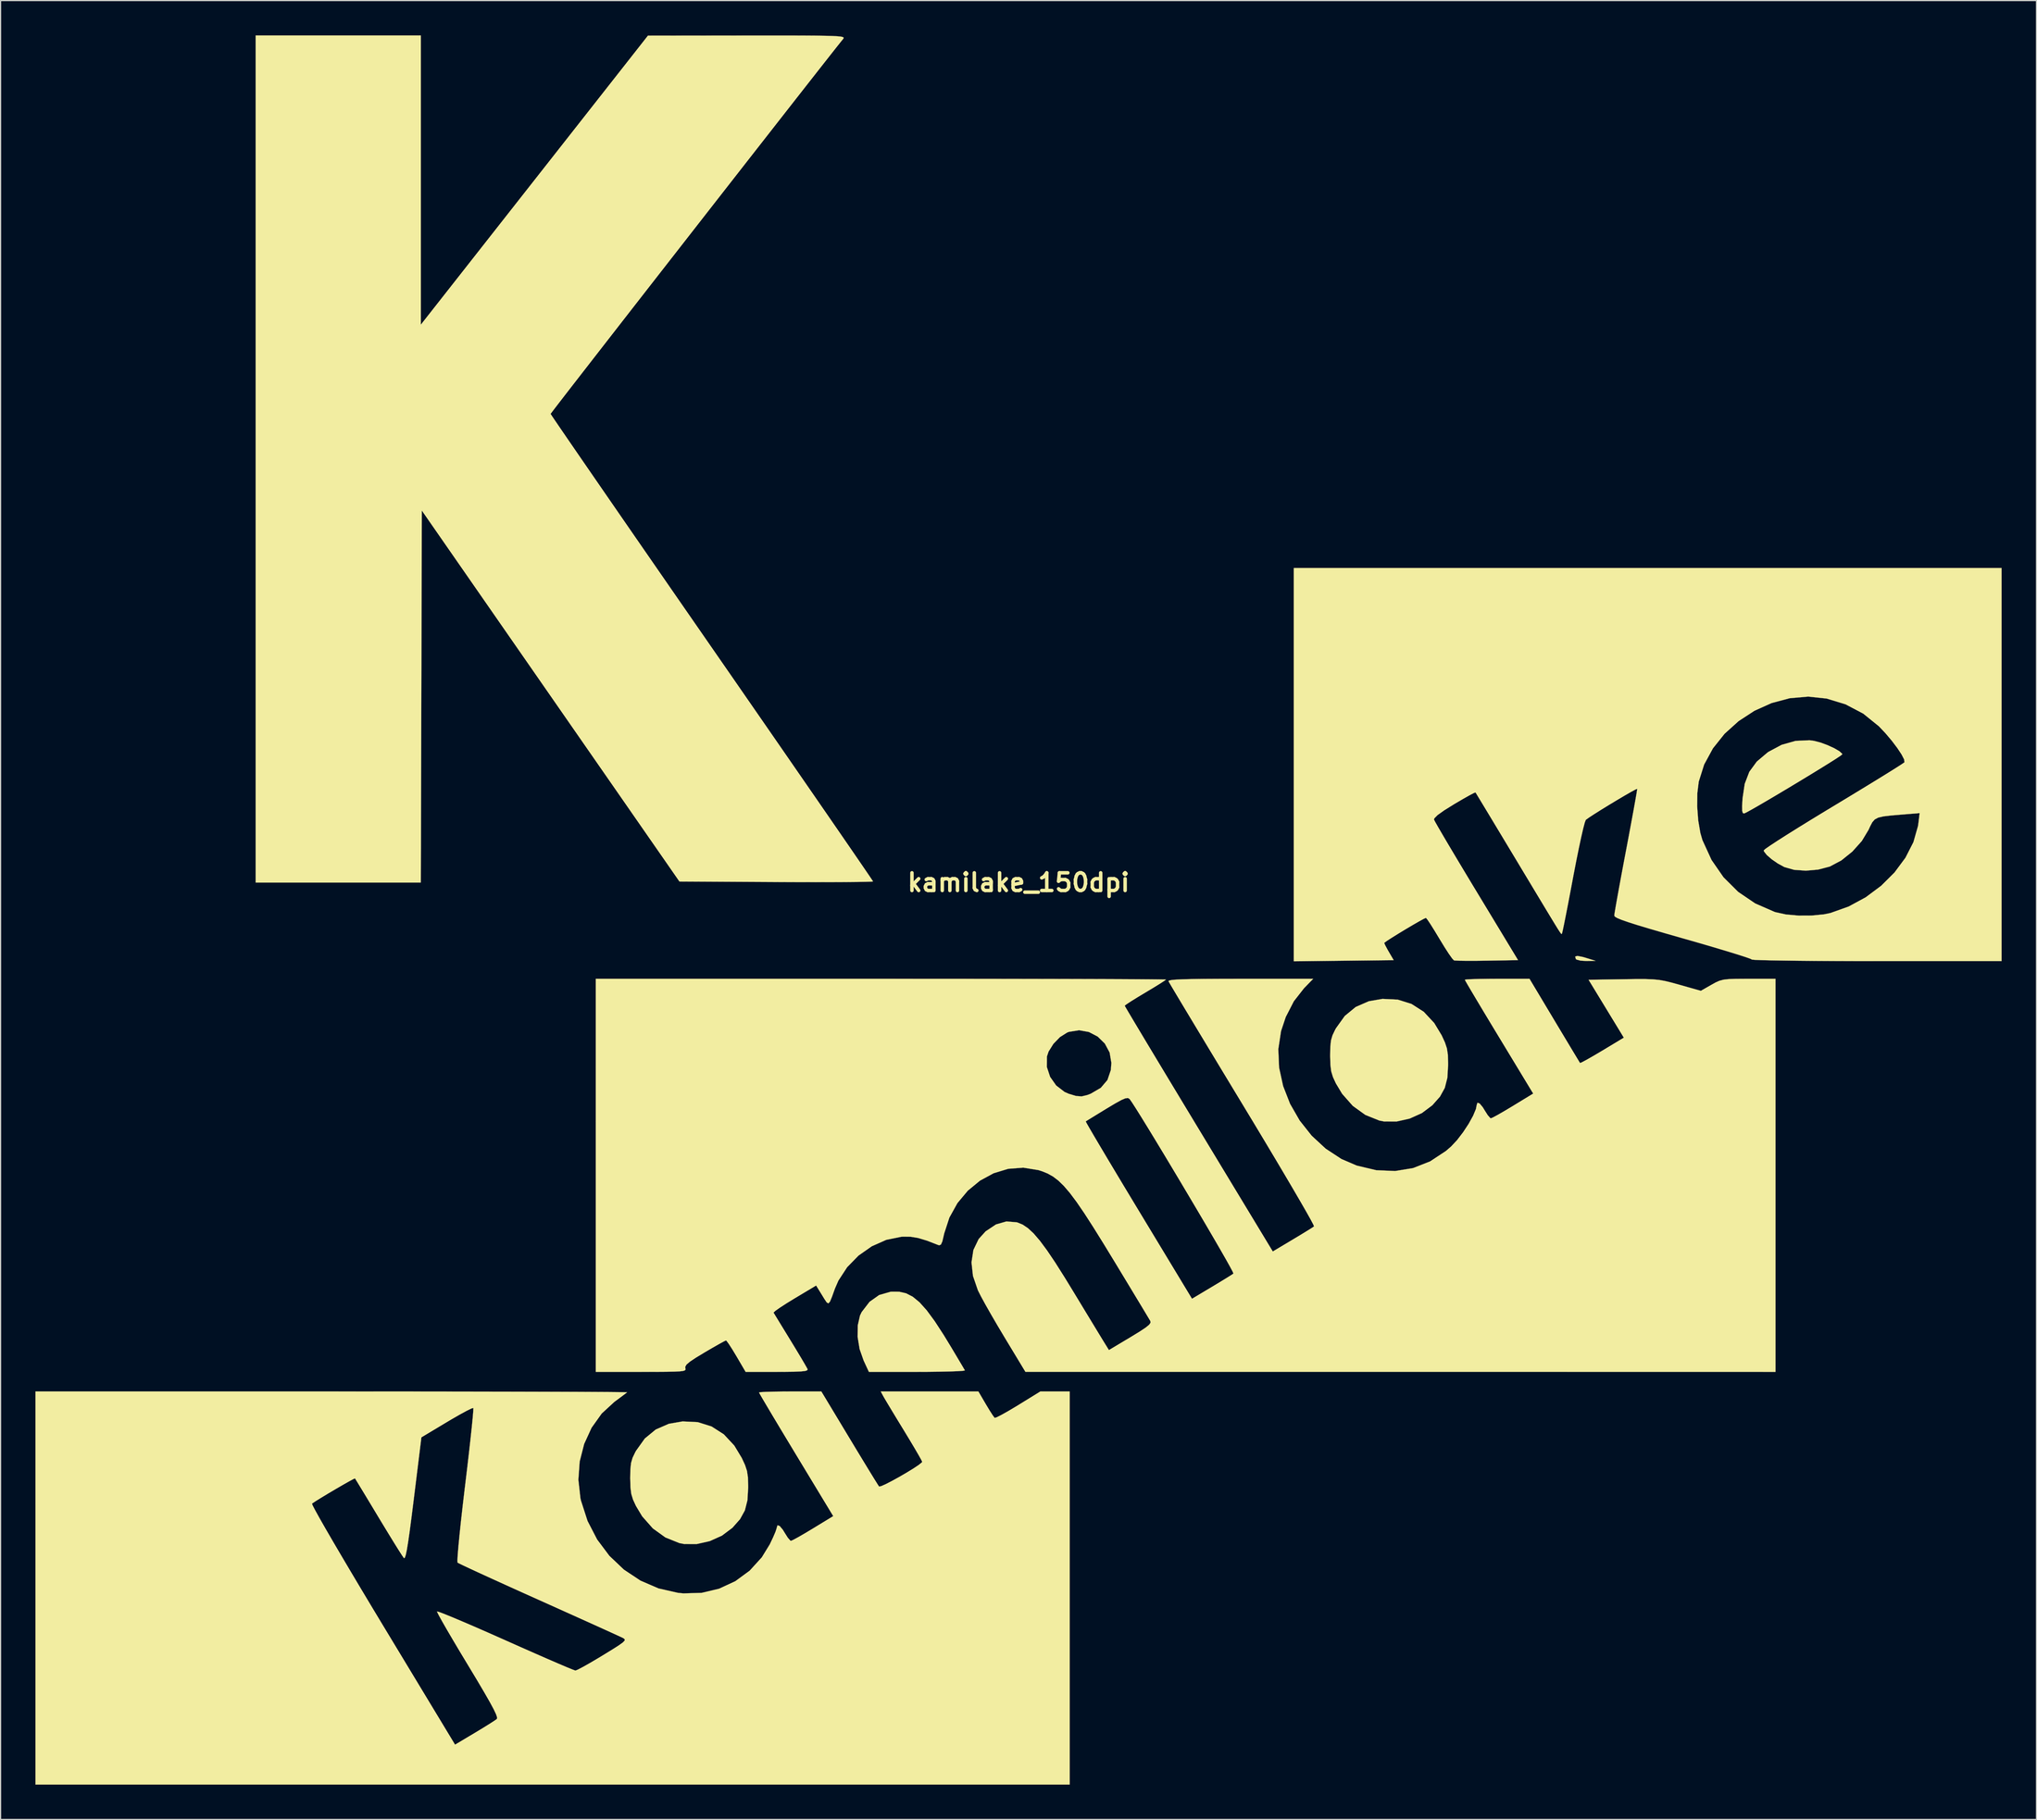
<source format=kicad_pcb>
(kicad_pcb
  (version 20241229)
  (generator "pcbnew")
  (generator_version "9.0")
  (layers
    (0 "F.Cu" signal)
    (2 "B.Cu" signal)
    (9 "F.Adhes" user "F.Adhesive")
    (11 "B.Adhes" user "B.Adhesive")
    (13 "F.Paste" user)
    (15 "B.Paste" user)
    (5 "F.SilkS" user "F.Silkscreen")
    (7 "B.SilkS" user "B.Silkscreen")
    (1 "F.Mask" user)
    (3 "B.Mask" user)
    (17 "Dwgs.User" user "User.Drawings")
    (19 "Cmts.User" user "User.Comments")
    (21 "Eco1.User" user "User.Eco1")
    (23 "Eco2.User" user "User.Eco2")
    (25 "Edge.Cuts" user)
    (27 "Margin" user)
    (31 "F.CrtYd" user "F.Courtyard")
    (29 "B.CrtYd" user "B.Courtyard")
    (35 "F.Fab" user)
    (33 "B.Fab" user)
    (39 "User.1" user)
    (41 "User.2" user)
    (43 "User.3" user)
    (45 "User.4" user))
  (footprint "kamilake_150dpi"
    (layer "F.Cu")
    (at 84.672 72.988)
    (property "Reference" "kamilake_150dpi" (at 0 0 0) (layer "F.SilkS") (effects (font (size 1.524 1.524) (thickness 0.3))))
    (attr through_hole)
    (fp_poly (pts (xy 48.603 6.417) (xy 48.877 6.497) (xy 49.699 6.75) (xy 48.905 6.762) (xy 48.411 6.733) (xy 48.071 6.647) (xy 47.999 6.593) (xy 47.941 6.383) (xy 48.135 6.325) (xy 48.603 6.417)) (stroke (width 0.01) (type solid)) (fill yes) (layer "F.SilkS"))
    (fp_poly (pts (xy -10.287 35.259) (xy -9.69 35.395) (xy -9.114 35.69) (xy -8.529 36.171) (xy -7.908 36.864) (xy -7.223 37.794) (xy -6.446 38.988) (xy -5.813 40.027) (xy -5.386 40.743) (xy -5.023 41.354) (xy -4.758 41.801) (xy -4.626 42.026) (xy -4.62 42.037) (xy -4.763 42.072) (xy -5.199 42.103) (xy -5.885 42.129) (xy -6.775 42.149) (xy -7.825 42.161) (xy -8.72 42.164) (xy -12.888 42.164) (xy -13.34 41.19) (xy -13.687 40.2) (xy -13.857 39.162) (xy -13.848 38.17) (xy -13.656 37.321) (xy -13.511 37.015) (xy -12.829 36.129) (xy -12.004 35.545) (xy -11.043 35.269) (xy -10.931 35.257) (xy -10.287 35.259)) (stroke (width 0.01) (type solid)) (fill yes) (layer "F.SilkS"))
    (fp_poly (pts (xy 68.518 -12.202) (xy 69.079 -12.056) (xy 69.685 -11.831) (xy 70.252 -11.57) (xy 70.695 -11.312) (xy 70.929 -11.098) (xy 70.945 -11.042) (xy 70.805 -10.929) (xy 70.418 -10.672) (xy 69.826 -10.297) (xy 69.076 -9.831) (xy 68.212 -9.301) (xy 67.277 -8.733) (xy 66.316 -8.154) (xy 65.373 -7.591) (xy 64.494 -7.071) (xy 63.721 -6.62) (xy 63.101 -6.265) (xy 62.676 -6.033) (xy 62.501 -5.952) (xy 62.384 -5.979) (xy 62.326 -6.173) (xy 62.321 -6.593) (xy 62.356 -7.238) (xy 62.544 -8.502) (xy 62.941 -9.54) (xy 63.583 -10.418) (xy 64.507 -11.199) (xy 64.592 -11.259) (xy 65.724 -11.863) (xy 66.927 -12.202) (xy 68.116 -12.256) (xy 68.518 -12.202)) (stroke (width 0.01) (type solid)) (fill yes) (layer "F.SilkS"))
    (fp_poly (pts (xy -27.627 46.497) (xy -26.437 46.872) (xy -25.382 47.548) (xy -24.482 48.515) (xy -23.839 49.58) (xy -23.556 50.192) (xy -23.389 50.697) (xy -23.309 51.231) (xy -23.286 51.931) (xy -23.285 52.151) (xy -23.351 53.237) (xy -23.571 54.104) (xy -23.986 54.855) (xy -24.635 55.59) (xy -24.65 55.604) (xy -25.545 56.275) (xy -26.601 56.75) (xy -27.719 57) (xy -28.803 56.997) (xy -29.21 56.918) (xy -30.414 56.432) (xy -31.495 55.653) (xy -32.411 54.615) (xy -32.948 53.721) (xy -33.202 53.172) (xy -33.351 52.683) (xy -33.422 52.126) (xy -33.441 51.371) (xy -33.442 51.308) (xy -33.429 50.554) (xy -33.371 50.017) (xy -33.243 49.574) (xy -33.018 49.103) (xy -32.943 48.966) (xy -32.186 47.907) (xy -31.244 47.132) (xy -30.114 46.639) (xy -28.936 46.435) (xy -27.627 46.497)) (stroke (width 0.01) (type solid)) (fill yes) (layer "F.SilkS"))
    (fp_poly (pts (xy 32.655 10.091) (xy 33.846 10.465) (xy 34.9 11.141) (xy 35.801 12.108) (xy 36.444 13.173) (xy 36.726 13.786) (xy 36.893 14.29) (xy 36.974 14.824) (xy 36.997 15.524) (xy 36.997 15.744) (xy 36.932 16.83) (xy 36.711 17.698) (xy 36.297 18.448) (xy 35.647 19.183) (xy 35.633 19.197) (xy 34.738 19.868) (xy 33.682 20.343) (xy 32.564 20.593) (xy 31.48 20.59) (xy 31.073 20.511) (xy 29.868 20.025) (xy 28.788 19.246) (xy 27.872 18.208) (xy 27.334 17.314) (xy 27.081 16.765) (xy 26.932 16.277) (xy 26.861 15.72) (xy 26.841 14.964) (xy 26.841 14.901) (xy 26.854 14.148) (xy 26.911 13.61) (xy 27.04 13.167) (xy 27.264 12.696) (xy 27.34 12.559) (xy 28.097 11.501) (xy 29.039 10.725) (xy 30.169 10.232) (xy 31.346 10.029) (xy 32.655 10.091)) (stroke (width 0.01) (type solid)) (fill yes) (layer "F.SilkS"))
    (fp_poly (pts (xy -51.477 -48.062) (xy -31.919 -72.965) (xy -23.384 -72.974) (xy -21.466 -72.975) (xy -19.859 -72.975) (xy -18.539 -72.972) (xy -17.477 -72.965) (xy -16.648 -72.953) (xy -16.024 -72.936) (xy -15.581 -72.912) (xy -15.29 -72.881) (xy -15.126 -72.841) (xy -15.061 -72.792) (xy -15.07 -72.733) (xy -15.104 -72.686) (xy -15.282 -72.467) (xy -15.648 -72.007) (xy -16.185 -71.327) (xy -16.878 -70.445) (xy -17.712 -69.382) (xy -18.671 -68.158) (xy -19.739 -66.793) (xy -20.902 -65.306) (xy -22.143 -63.718) (xy -23.448 -62.048) (xy -24.8 -60.316) (xy -26.185 -58.542) (xy -27.586 -56.745) (xy -28.988 -54.947) (xy -30.376 -53.166) (xy -31.735 -51.423) (xy -33.048 -49.737) (xy -34.3 -48.128) (xy -35.476 -46.616) (xy -36.56 -45.221) (xy -37.537 -43.963) (xy -38.392 -42.862) (xy -39.108 -41.937) (xy -39.67 -41.208) (xy -40.063 -40.696) (xy -40.271 -40.42) (xy -40.301 -40.376) (xy -40.207 -40.228) (xy -39.93 -39.817) (xy -39.481 -39.159) (xy -38.872 -38.269) (xy -38.113 -37.164) (xy -37.215 -35.859) (xy -36.189 -34.369) (xy -35.045 -32.71) (xy -33.794 -30.897) (xy -32.447 -28.947) (xy -31.014 -26.875) (xy -29.508 -24.697) (xy -27.937 -22.428) (xy -26.416 -20.231) (xy -24.795 -17.891) (xy -23.229 -15.627) (xy -21.726 -13.455) (xy -20.299 -11.391) (xy -18.958 -9.449) (xy -17.713 -7.646) (xy -16.576 -5.998) (xy -15.557 -4.519) (xy -14.667 -3.226) (xy -13.917 -2.134) (xy -13.318 -1.259) (xy -12.88 -0.617) (xy -12.614 -0.222) (xy -12.531 -0.091) (xy -12.695 -0.074) (xy -13.165 -0.059) (xy -13.909 -0.047) (xy -14.895 -0.038) (xy -16.091 -0.033) (xy -17.463 -0.031) (xy -18.981 -0.033) (xy -20.611 -0.039) (xy -20.868 -0.041) (xy -29.205 -0.085) (xy -40.299 -16.068) (xy -51.393 -32.051) (xy -51.436 -16.025) (xy -51.479 0) (xy -65.701 0) (xy -65.701 -72.983) (xy -51.477 -72.983) (xy -51.477 -48.062)) (stroke (width 0.01) (type solid)) (fill yes) (layer "F.SilkS"))
    (fp_poly (pts (xy 84.667 6.773) (xy 73.914 6.773) (xy 72.04 6.771) (xy 70.27 6.765) (xy 68.632 6.756) (xy 67.155 6.743) (xy 65.866 6.727) (xy 64.796 6.709) (xy 63.971 6.689) (xy 63.42 6.667) (xy 63.173 6.643) (xy 63.161 6.637) (xy 63.004 6.561) (xy 62.557 6.406) (xy 61.856 6.181) (xy 60.938 5.899) (xy 59.839 5.57) (xy 58.594 5.206) (xy 57.24 4.818) (xy 57.235 4.817) (xy 55.628 4.357) (xy 54.321 3.976) (xy 53.289 3.665) (xy 52.504 3.415) (xy 51.94 3.218) (xy 51.57 3.064) (xy 51.369 2.946) (xy 51.309 2.854) (xy 51.339 2.625) (xy 51.426 2.105) (xy 51.562 1.337) (xy 51.739 0.363) (xy 51.949 -0.775) (xy 52.185 -2.034) (xy 52.317 -2.727) (xy 52.561 -4.019) (xy 52.781 -5.201) (xy 52.971 -6.231) (xy 53.026 -6.537) (xy 58.448 -6.537) (xy 58.537 -5.351) (xy 58.721 -4.271) (xy 58.899 -3.652) (xy 59.685 -1.939) (xy 60.716 -0.448) (xy 61.975 0.806) (xy 63.444 1.804) (xy 65.106 2.53) (xy 65.193 2.559) (xy 66.088 2.755) (xy 67.174 2.852) (xy 68.316 2.848) (xy 69.381 2.743) (xy 69.927 2.629) (xy 71.494 2.071) (xy 72.962 1.276) (xy 74.293 0.284) (xy 75.447 -0.866) (xy 76.387 -2.133) (xy 77.073 -3.478) (xy 77.467 -4.862) (xy 77.508 -5.148) (xy 77.608 -5.978) (xy 76.103 -5.855) (xy 75.163 -5.776) (xy 74.498 -5.699) (xy 74.046 -5.594) (xy 73.744 -5.435) (xy 73.531 -5.193) (xy 73.344 -4.839) (xy 73.211 -4.545) (xy 72.629 -3.578) (xy 71.815 -2.667) (xy 70.866 -1.903) (xy 69.877 -1.379) (xy 69.85 -1.369) (xy 68.866 -1.112) (xy 67.809 -1.019) (xy 66.8 -1.091) (xy 65.961 -1.329) (xy 65.955 -1.332) (xy 65.4 -1.634) (xy 64.87 -2) (xy 64.445 -2.368) (xy 64.207 -2.671) (xy 64.181 -2.767) (xy 64.323 -2.894) (xy 64.725 -3.174) (xy 65.357 -3.59) (xy 66.189 -4.121) (xy 67.191 -4.748) (xy 68.333 -5.452) (xy 69.583 -6.214) (xy 70.197 -6.584) (xy 71.491 -7.366) (xy 72.694 -8.098) (xy 73.776 -8.76) (xy 74.705 -9.333) (xy 75.45 -9.798) (xy 75.98 -10.136) (xy 76.265 -10.329) (xy 76.305 -10.363) (xy 76.274 -10.603) (xy 76.053 -11.031) (xy 75.684 -11.588) (xy 75.209 -12.217) (xy 74.669 -12.857) (xy 74.106 -13.452) (xy 74.096 -13.462) (xy 72.751 -14.55) (xy 71.227 -15.352) (xy 69.596 -15.85) (xy 68.012 -16.017) (xy 66.42 -15.879) (xy 64.862 -15.463) (xy 63.379 -14.796) (xy 62.015 -13.905) (xy 60.81 -12.818) (xy 59.807 -11.562) (xy 59.048 -10.165) (xy 58.583 -8.69) (xy 58.46 -7.694) (xy 58.448 -6.537) (xy 53.026 -6.537) (xy 53.121 -7.07) (xy 53.227 -7.678) (xy 53.279 -8.016) (xy 53.283 -8.072) (xy 53.128 -8.01) (xy 52.747 -7.803) (xy 52.202 -7.49) (xy 51.553 -7.105) (xy 50.861 -6.688) (xy 50.186 -6.273) (xy 49.591 -5.898) (xy 49.134 -5.599) (xy 48.878 -5.414) (xy 48.854 -5.392) (xy 48.769 -5.172) (xy 48.634 -4.663) (xy 48.46 -3.91) (xy 48.256 -2.957) (xy 48.031 -1.849) (xy 47.796 -0.63) (xy 47.757 -0.423) (xy 47.527 0.799) (xy 47.315 1.909) (xy 47.128 2.865) (xy 46.976 3.624) (xy 46.867 4.143) (xy 46.809 4.379) (xy 46.804 4.389) (xy 46.788 4.417) (xy 46.773 4.438) (xy 46.745 4.427) (xy 46.687 4.359) (xy 46.584 4.209) (xy 46.419 3.952) (xy 46.179 3.562) (xy 45.846 3.014) (xy 45.405 2.284) (xy 44.84 1.346) (xy 44.137 0.176) (xy 43.278 -1.253) (xy 43.014 -1.693) (xy 42.237 -2.985) (xy 41.515 -4.185) (xy 40.867 -5.262) (xy 40.311 -6.185) (xy 39.865 -6.923) (xy 39.548 -7.447) (xy 39.379 -7.726) (xy 39.355 -7.763) (xy 39.201 -7.704) (xy 38.815 -7.5) (xy 38.253 -7.183) (xy 37.573 -6.784) (xy 37.512 -6.747) (xy 36.649 -6.21) (xy 36.085 -5.806) (xy 35.811 -5.529) (xy 35.782 -5.419) (xy 35.882 -5.223) (xy 36.139 -4.769) (xy 36.534 -4.091) (xy 37.048 -3.219) (xy 37.663 -2.186) (xy 38.359 -1.023) (xy 39.117 0.237) (xy 39.435 0.762) (xy 43.02 6.689) (xy 40.355 6.735) (xy 39.43 6.747) (xy 38.619 6.748) (xy 37.986 6.74) (xy 37.592 6.723) (xy 37.499 6.709) (xy 37.344 6.542) (xy 37.06 6.141) (xy 36.687 5.564) (xy 36.265 4.872) (xy 36.247 4.842) (xy 35.833 4.156) (xy 35.479 3.591) (xy 35.219 3.203) (xy 35.091 3.049) (xy 35.088 3.048) (xy 34.9 3.13) (xy 34.501 3.347) (xy 33.96 3.658) (xy 33.344 4.023) (xy 32.724 4.399) (xy 32.166 4.746) (xy 31.74 5.022) (xy 31.515 5.186) (xy 31.496 5.21) (xy 31.575 5.4) (xy 31.774 5.773) (xy 31.903 5.998) (xy 32.31 6.693) (xy 28.008 6.74) (xy 23.707 6.787) (xy 23.707 -27.093) (xy 84.667 -27.093) (xy 84.667 6.773)) (stroke (width 0.01) (type solid)) (fill yes) (layer "F.SilkS"))
    (fp_poly (pts (xy -56.244 43.858) (xy -53.429 43.859) (xy -50.727 43.861) (xy -48.156 43.864) (xy -45.735 43.868) (xy -43.482 43.872) (xy -41.416 43.877) (xy -39.555 43.882) (xy -37.917 43.888) (xy -36.52 43.895) (xy -35.384 43.901) (xy -34.527 43.909) (xy -33.966 43.916) (xy -33.721 43.924) (xy -33.711 43.926) (xy -33.873 44.053) (xy -34.235 44.324) (xy -34.723 44.686) (xy -34.808 44.748) (xy -35.9 45.754) (xy -36.774 46.981) (xy -37.412 48.376) (xy -37.797 49.887) (xy -37.91 51.461) (xy -37.734 53.045) (xy -37.687 53.255) (xy -37.119 55.015) (xy -36.293 56.611) (xy -35.24 58.016) (xy -33.988 59.205) (xy -32.567 60.15) (xy -31.007 60.825) (xy -29.337 61.204) (xy -28.865 61.252) (xy -27.294 61.207) (xy -25.79 60.85) (xy -24.395 60.204) (xy -23.155 59.295) (xy -22.111 58.147) (xy -21.425 57.029) (xy -21.142 56.434) (xy -20.931 55.939) (xy -20.831 55.634) (xy -20.828 55.603) (xy -20.758 55.384) (xy -20.572 55.447) (xy -20.302 55.769) (xy -20.13 56.049) (xy -19.874 56.454) (xy -19.663 56.696) (xy -19.602 56.727) (xy -19.408 56.643) (xy -18.988 56.415) (xy -18.403 56.078) (xy -17.716 55.666) (xy -17.707 55.66) (xy -15.959 54.594) (xy -19.156 49.308) (xy -19.885 48.099) (xy -20.557 46.983) (xy -21.15 45.992) (xy -21.645 45.16) (xy -22.024 44.518) (xy -22.266 44.101) (xy -22.352 43.94) (xy -22.352 43.94) (xy -22.192 43.912) (xy -21.751 43.888) (xy -21.084 43.87) (xy -20.25 43.859) (xy -19.667 43.857) (xy -16.982 43.857) (xy -14.56 47.879) (xy -13.923 48.935) (xy -13.339 49.898) (xy -12.833 50.728) (xy -12.428 51.388) (xy -12.147 51.839) (xy -12.015 52.041) (xy -12.011 52.046) (xy -11.834 52.014) (xy -11.439 51.839) (xy -10.896 51.56) (xy -10.272 51.216) (xy -9.636 50.846) (xy -9.055 50.49) (xy -8.599 50.186) (xy -8.336 49.974) (xy -8.297 49.913) (xy -8.382 49.734) (xy -8.616 49.316) (xy -8.972 48.706) (xy -9.421 47.954) (xy -9.88 47.197) (xy -10.406 46.335) (xy -10.881 45.551) (xy -11.272 44.9) (xy -11.547 44.437) (xy -11.664 44.233) (xy -11.865 43.857) (xy -3.457 43.857) (xy -2.813 44.958) (xy -2.488 45.497) (xy -2.221 45.912) (xy -2.063 46.122) (xy -2.051 46.131) (xy -1.871 46.075) (xy -1.462 45.868) (xy -0.881 45.541) (xy -0.184 45.126) (xy -0.029 45.031) (xy 1.875 43.857) (xy 4.403 43.857) (xy 4.403 77.724) (xy -84.667 77.724) (xy -84.667 53.52) (xy -60.852 53.52) (xy -60.791 53.683) (xy -60.567 54.111) (xy -60.195 54.782) (xy -59.687 55.673) (xy -59.057 56.759) (xy -58.318 58.018) (xy -57.485 59.427) (xy -56.571 60.962) (xy -55.59 62.599) (xy -54.765 63.968) (xy -48.53 74.287) (xy -46.829 73.271) (xy -46.138 72.854) (xy -45.545 72.485) (xy -45.116 72.207) (xy -44.924 72.069) (xy -44.906 71.944) (xy -44.994 71.675) (xy -45.2 71.238) (xy -45.538 70.61) (xy -46.021 69.767) (xy -46.66 68.685) (xy -47.427 67.411) (xy -48.096 66.301) (xy -48.701 65.282) (xy -49.223 64.392) (xy -49.639 63.666) (xy -49.93 63.141) (xy -50.074 62.853) (xy -50.086 62.811) (xy -49.926 62.848) (xy -49.492 63.011) (xy -48.817 63.285) (xy -47.936 63.656) (xy -46.881 64.109) (xy -45.688 64.631) (xy -44.39 65.207) (xy -44.2 65.292) (xy -42.882 65.879) (xy -41.657 66.42) (xy -40.561 66.9) (xy -39.629 67.303) (xy -38.896 67.615) (xy -38.397 67.819) (xy -38.168 67.902) (xy -38.16 67.903) (xy -37.951 67.818) (xy -37.51 67.587) (xy -36.894 67.239) (xy -36.161 66.806) (xy -35.819 66.599) (xy -34.997 66.095) (xy -34.43 65.734) (xy -34.084 65.485) (xy -33.924 65.32) (xy -33.915 65.208) (xy -34.022 65.119) (xy -34.07 65.092) (xy -34.303 64.982) (xy -34.811 64.748) (xy -35.561 64.407) (xy -36.52 63.972) (xy -37.655 63.46) (xy -38.931 62.885) (xy -40.315 62.262) (xy -41.317 61.812) (xy -42.746 61.17) (xy -44.081 60.566) (xy -45.289 60.017) (xy -46.338 59.537) (xy -47.197 59.14) (xy -47.834 58.841) (xy -48.216 58.655) (xy -48.315 58.599) (xy -48.327 58.406) (xy -48.299 57.914) (xy -48.236 57.16) (xy -48.141 56.181) (xy -48.018 55.014) (xy -47.87 53.697) (xy -47.702 52.266) (xy -47.659 51.914) (xy -47.485 50.464) (xy -47.329 49.12) (xy -47.195 47.92) (xy -47.086 46.9) (xy -47.007 46.096) (xy -46.961 45.547) (xy -46.953 45.288) (xy -46.957 45.273) (xy -47.127 45.323) (xy -47.533 45.522) (xy -48.122 45.843) (xy -48.843 46.257) (xy -49.24 46.493) (xy -51.429 47.806) (xy -52.083 53.112) (xy -52.275 54.649) (xy -52.436 55.875) (xy -52.571 56.815) (xy -52.682 57.494) (xy -52.775 57.937) (xy -52.853 58.17) (xy -52.922 58.218) (xy -52.935 58.208) (xy -53.077 58.006) (xy -53.364 57.559) (xy -53.77 56.909) (xy -54.266 56.101) (xy -54.826 55.18) (xy -55.119 54.695) (xy -55.689 53.747) (xy -56.199 52.901) (xy -56.624 52.199) (xy -56.939 51.681) (xy -57.118 51.391) (xy -57.149 51.343) (xy -57.299 51.406) (xy -57.67 51.607) (xy -58.197 51.905) (xy -58.811 52.262) (xy -59.446 52.637) (xy -60.035 52.993) (xy -60.51 53.288) (xy -60.805 53.484) (xy -60.852 53.52) (xy -84.667 53.52) (xy -84.667 43.857) (xy -59.154 43.857) (xy -56.244 43.858)) (stroke (width 0.01) (type solid)) (fill yes) (layer "F.SilkS"))
    (fp_poly (pts (xy -8.998 8.298) (xy -6.238 8.299) (xy -3.59 8.301) (xy -1.074 8.304) (xy 1.292 8.308) (xy 3.488 8.312) (xy 5.496 8.317) (xy 7.297 8.322) (xy 8.872 8.328) (xy 10.202 8.335) (xy 11.269 8.342) (xy 12.053 8.349) (xy 12.537 8.356) (xy 12.7 8.364) (xy 12.563 8.47) (xy 12.19 8.712) (xy 11.636 9.054) (xy 10.959 9.461) (xy 10.922 9.483) (xy 10.239 9.893) (xy 9.678 10.242) (xy 9.294 10.495) (xy 9.144 10.615) (xy 9.144 10.617) (xy 9.229 10.771) (xy 9.477 11.193) (xy 9.872 11.858) (xy 10.401 12.744) (xy 11.05 13.828) (xy 11.806 15.086) (xy 12.655 16.497) (xy 13.583 18.036) (xy 14.576 19.682) (xy 15.521 21.246) (xy 21.898 31.793) (xy 23.607 30.772) (xy 24.29 30.361) (xy 24.868 30.007) (xy 25.277 29.751) (xy 25.451 29.632) (xy 25.388 29.472) (xy 25.163 29.045) (xy 24.788 28.376) (xy 24.277 27.487) (xy 23.644 26.401) (xy 22.903 25.142) (xy 22.067 23.733) (xy 21.15 22.198) (xy 20.165 20.558) (xy 19.294 19.117) (xy 18.258 17.404) (xy 17.272 15.773) (xy 16.352 14.248) (xy 15.511 12.852) (xy 14.763 11.609) (xy 14.122 10.542) (xy 13.603 9.675) (xy 13.22 9.031) (xy 12.987 8.634) (xy 12.917 8.509) (xy 12.96 8.452) (xy 13.157 8.406) (xy 13.534 8.369) (xy 14.118 8.341) (xy 14.933 8.321) (xy 16.008 8.307) (xy 17.368 8.3) (xy 19.039 8.297) (xy 19.106 8.297) (xy 25.378 8.297) (xy 24.585 9.112) (xy 23.71 10.232) (xy 23.014 11.587) (xy 22.607 12.807) (xy 22.372 14.359) (xy 22.44 15.949) (xy 22.786 17.535) (xy 23.385 19.071) (xy 24.213 20.512) (xy 25.244 21.815) (xy 26.453 22.935) (xy 27.815 23.828) (xy 29.125 24.391) (xy 30.809 24.79) (xy 32.434 24.861) (xy 33.986 24.606) (xy 35.449 24.03) (xy 36.807 23.135) (xy 37.256 22.746) (xy 37.768 22.199) (xy 38.287 21.522) (xy 38.765 20.796) (xy 39.15 20.1) (xy 39.394 19.515) (xy 39.455 19.197) (xy 39.524 18.977) (xy 39.711 19.04) (xy 39.981 19.363) (xy 40.152 19.643) (xy 40.409 20.047) (xy 40.619 20.289) (xy 40.68 20.32) (xy 40.875 20.236) (xy 41.295 20.009) (xy 41.879 19.671) (xy 42.567 19.259) (xy 42.576 19.253) (xy 44.325 18.187) (xy 41.382 13.324) (xy 40.682 12.166) (xy 40.042 11.102) (xy 39.482 10.166) (xy 39.022 9.392) (xy 38.682 8.815) (xy 38.483 8.468) (xy 38.439 8.38) (xy 38.599 8.352) (xy 39.041 8.329) (xy 39.711 8.311) (xy 40.552 8.3) (xy 41.223 8.297) (xy 44.007 8.297) (xy 46.16 11.896) (xy 46.754 12.888) (xy 47.29 13.78) (xy 47.742 14.533) (xy 48.087 15.105) (xy 48.3 15.457) (xy 48.36 15.554) (xy 48.514 15.494) (xy 48.901 15.288) (xy 49.465 14.967) (xy 50.151 14.563) (xy 50.27 14.492) (xy 52.132 13.37) (xy 50.614 10.876) (xy 49.096 8.382) (xy 52.085 8.336) (xy 53.174 8.321) (xy 54.002 8.322) (xy 54.646 8.345) (xy 55.184 8.398) (xy 55.693 8.49) (xy 56.25 8.626) (xy 56.92 8.812) (xy 58.765 9.335) (xy 59.671 8.816) (xy 60.047 8.608) (xy 60.37 8.465) (xy 60.715 8.374) (xy 61.156 8.324) (xy 61.768 8.302) (xy 62.625 8.297) (xy 62.886 8.297) (xy 65.193 8.297) (xy 65.193 42.164) (xy 32.893 42.163) (xy 0.593 42.163) (xy -1.222 39.158) (xy -1.806 38.178) (xy -2.361 37.226) (xy -2.849 36.366) (xy -3.235 35.659) (xy -3.483 35.171) (xy -3.499 35.137) (xy -3.923 33.9) (xy -4.05 32.731) (xy -3.886 31.661) (xy -3.434 30.722) (xy -2.832 30.056) (xy -1.937 29.461) (xy -1.037 29.203) (xy -0.137 29.282) (xy -0.091 29.295) (xy 0.354 29.479) (xy 0.81 29.784) (xy 1.298 30.238) (xy 1.838 30.867) (xy 2.454 31.698) (xy 3.168 32.758) (xy 3.999 34.074) (xy 4.649 35.137) (xy 5.297 36.206) (xy 5.906 37.212) (xy 6.45 38.107) (xy 6.899 38.847) (xy 7.226 39.384) (xy 7.396 39.66) (xy 7.785 40.288) (xy 9.645 39.175) (xy 10.425 38.699) (xy 10.947 38.353) (xy 11.249 38.106) (xy 11.371 37.927) (xy 11.352 37.784) (xy 11.229 37.576) (xy 10.953 37.115) (xy 10.546 36.438) (xy 10.029 35.581) (xy 9.426 34.582) (xy 8.757 33.476) (xy 8.346 32.796) (xy 7.313 31.102) (xy 6.426 29.677) (xy 5.664 28.495) (xy 5.005 27.531) (xy 4.428 26.759) (xy 3.911 26.154) (xy 3.434 25.688) (xy 2.975 25.338) (xy 2.512 25.077) (xy 2.026 24.88) (xy 1.714 24.781) (xy 0.411 24.57) (xy -0.888 24.668) (xy -2.144 25.05) (xy -3.318 25.687) (xy -4.371 26.554) (xy -5.263 27.623) (xy -5.955 28.867) (xy -6.409 30.26) (xy -6.431 30.366) (xy -6.561 30.918) (xy -6.684 31.195) (xy -6.832 31.259) (xy -6.915 31.235) (xy -7.879 30.861) (xy -8.642 30.63) (xy -9.3 30.522) (xy -9.946 30.515) (xy -10.099 30.525) (xy -11.392 30.789) (xy -12.64 31.344) (xy -13.783 32.145) (xy -14.76 33.145) (xy -15.513 34.298) (xy -15.811 34.982) (xy -16.065 35.69) (xy -16.238 36.108) (xy -16.375 36.263) (xy -16.521 36.18) (xy -16.72 35.883) (xy -16.897 35.593) (xy -17.432 34.724) (xy -19.297 35.84) (xy -19.99 36.265) (xy -20.557 36.633) (xy -20.944 36.907) (xy -21.1 37.053) (xy -21.1 37.062) (xy -20.995 37.236) (xy -20.744 37.647) (xy -20.38 38.243) (xy -19.933 38.973) (xy -19.648 39.44) (xy -19.164 40.234) (xy -18.742 40.937) (xy -18.415 41.493) (xy -18.214 41.847) (xy -18.169 41.937) (xy -18.195 42.024) (xy -18.374 42.087) (xy -18.75 42.128) (xy -19.362 42.153) (xy -20.252 42.163) (xy -20.794 42.164) (xy -23.505 42.164) (xy -24.299 40.809) (xy -24.655 40.219) (xy -24.952 39.759) (xy -25.146 39.494) (xy -25.193 39.455) (xy -25.369 39.536) (xy -25.775 39.758) (xy -26.351 40.086) (xy -27.037 40.487) (xy -27.044 40.492) (xy -27.803 40.951) (xy -28.304 41.286) (xy -28.59 41.53) (xy -28.702 41.717) (xy -28.695 41.846) (xy -28.678 41.948) (xy -28.723 42.025) (xy -28.872 42.081) (xy -29.164 42.12) (xy -29.637 42.144) (xy -30.332 42.157) (xy -31.288 42.163) (xy -32.501 42.164) (xy -36.407 42.164) (xy -36.407 20.585) (xy 5.787 20.585) (xy 5.861 20.734) (xy 6.095 21.145) (xy 6.473 21.792) (xy 6.978 22.648) (xy 7.595 23.686) (xy 8.308 24.879) (xy 9.1 26.2) (xy 9.957 27.621) (xy 10.335 28.248) (xy 14.939 35.867) (xy 16.656 34.841) (xy 17.341 34.429) (xy 17.92 34.074) (xy 18.332 33.816) (xy 18.509 33.696) (xy 18.446 33.538) (xy 18.227 33.124) (xy 17.871 32.486) (xy 17.398 31.659) (xy 16.828 30.675) (xy 16.18 29.566) (xy 15.475 28.367) (xy 14.731 27.111) (xy 13.97 25.83) (xy 13.209 24.557) (xy 12.47 23.326) (xy 11.771 22.17) (xy 11.133 21.122) (xy 10.574 20.215) (xy 10.116 19.482) (xy 9.777 18.956) (xy 9.577 18.67) (xy 9.556 18.645) (xy 9.421 18.569) (xy 9.206 18.593) (xy 8.859 18.741) (xy 8.329 19.033) (xy 7.59 19.475) (xy 6.911 19.89) (xy 6.345 20.237) (xy 5.951 20.481) (xy 5.787 20.584) (xy 5.787 20.585) (xy -36.407 20.585) (xy -36.407 15.89) (xy 2.436 15.89) (xy 2.719 16.748) (xy 3.243 17.493) (xy 3.962 18.045) (xy 4.318 18.203) (xy 4.952 18.394) (xy 5.44 18.429) (xy 5.939 18.308) (xy 6.222 18.197) (xy 7.085 17.694) (xy 7.657 17.021) (xy 7.951 16.159) (xy 7.998 15.545) (xy 7.847 14.649) (xy 7.434 13.88) (xy 6.819 13.276) (xy 6.059 12.879) (xy 5.215 12.729) (xy 4.345 12.867) (xy 4.183 12.929) (xy 3.567 13.319) (xy 3.002 13.903) (xy 2.588 14.564) (xy 2.442 14.999) (xy 2.436 15.89) (xy -36.407 15.89) (xy -36.407 8.297) (xy -11.853 8.297) (xy -8.998 8.298)) (stroke (width 0.01) (type solid)) (fill yes) (layer "F.SilkS")))
  (gr_rect
    (start -3 -3)
    (end 172.343 153.717)
    (stroke (width 0.1) (type default))
    (fill no)
    (layer "Edge.Cuts")))
</source>
